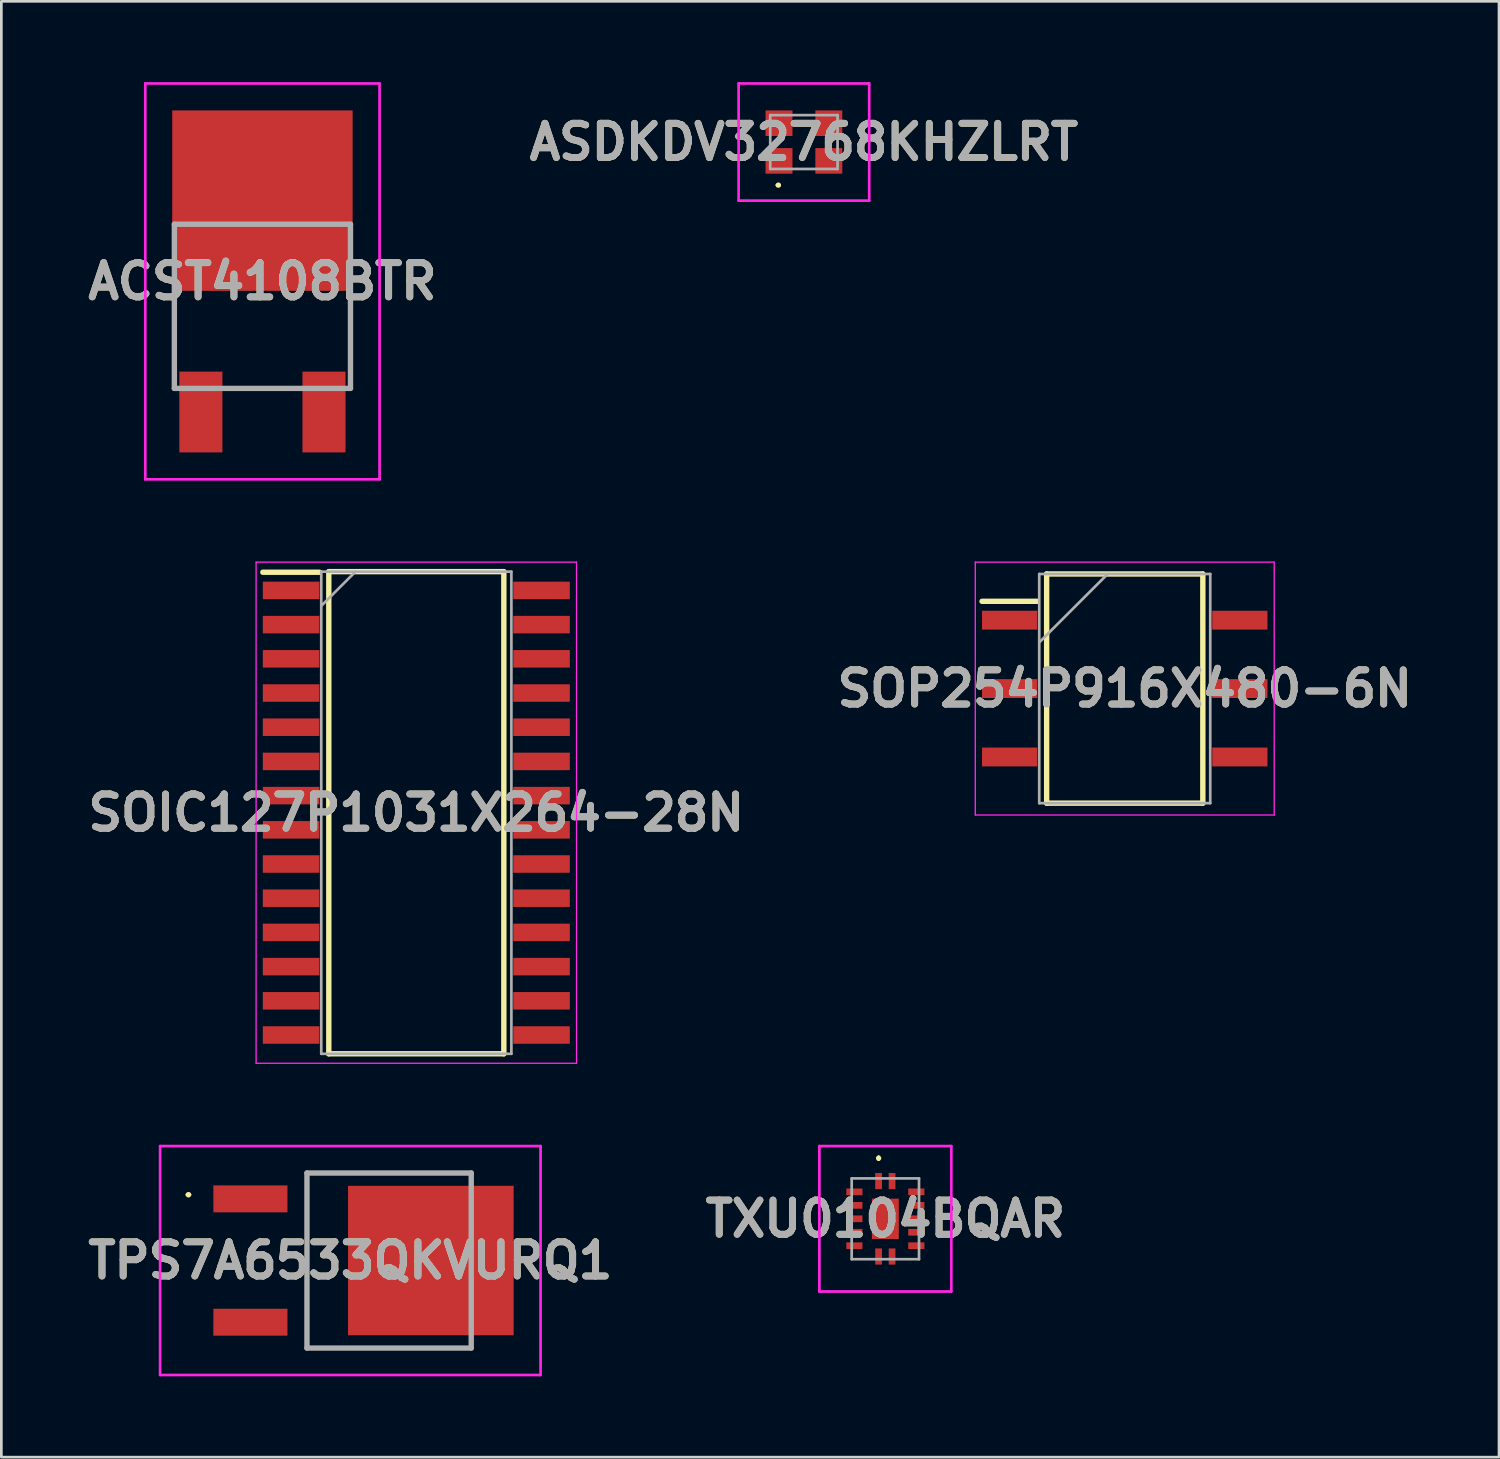
<source format=kicad_pcb>
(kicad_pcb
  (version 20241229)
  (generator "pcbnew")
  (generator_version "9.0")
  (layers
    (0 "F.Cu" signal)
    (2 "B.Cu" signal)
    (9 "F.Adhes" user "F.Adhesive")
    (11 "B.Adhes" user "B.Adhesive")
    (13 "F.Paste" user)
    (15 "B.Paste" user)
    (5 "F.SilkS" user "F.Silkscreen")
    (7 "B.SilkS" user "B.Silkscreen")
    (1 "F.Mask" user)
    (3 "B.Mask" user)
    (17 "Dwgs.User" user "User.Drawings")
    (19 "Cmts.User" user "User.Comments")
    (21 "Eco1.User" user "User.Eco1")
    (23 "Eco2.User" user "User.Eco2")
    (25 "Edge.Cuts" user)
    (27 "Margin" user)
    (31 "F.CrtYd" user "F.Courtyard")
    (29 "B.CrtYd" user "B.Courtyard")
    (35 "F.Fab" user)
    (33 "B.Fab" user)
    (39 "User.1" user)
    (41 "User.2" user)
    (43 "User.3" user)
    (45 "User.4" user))
  (footprint "TXU0104BQAR"
    (layer "F.Cu")
    (at 29.827 42.21)
    (property "Reference" "TXU0104BQAR" (at 0 0 0) (layer "F.SilkS") (effects (font (size 1.27 1.27) (thickness 0.254))))
    (attr smd)
    (fp_line (start -0.25 -2.3) (end -0.25 -2.3) (stroke (width 0.1) (type solid)) (layer "F.SilkS"))
    (fp_line (start -0.25 -2.2) (end -0.25 -2.2) (stroke (width 0.1) (type solid)) (layer "F.SilkS"))
    (fp_arc (start -0.25 -2.3) (mid -0.2 -2.25) (end -0.25 -2.2) (stroke (width 0.1) (type solid)) (layer "F.SilkS"))
    (fp_arc (start -0.25 -2.2) (mid -0.3 -2.25) (end -0.25 -2.3) (stroke (width 0.1) (type solid)) (layer "F.SilkS"))
    (fp_line (start -2.45 -2.7) (end 2.45 -2.7) (stroke (width 0.1) (type solid)) (layer "F.CrtYd"))
    (fp_line (start -2.45 2.7) (end -2.45 -2.7) (stroke (width 0.1) (type solid)) (layer "F.CrtYd"))
    (fp_line (start 2.45 -2.7) (end 2.45 2.7) (stroke (width 0.1) (type solid)) (layer "F.CrtYd"))
    (fp_line (start 2.45 2.7) (end -2.45 2.7) (stroke (width 0.1) (type solid)) (layer "F.CrtYd"))
    (fp_line (start -1.25 -1.5) (end 1.25 -1.5) (stroke (width 0.1) (type solid)) (layer "F.Fab"))
    (fp_line (start -1.25 1.5) (end -1.25 -1.5) (stroke (width 0.1) (type solid)) (layer "F.Fab"))
    (fp_line (start 1.25 -1.5) (end 1.25 1.5) (stroke (width 0.1) (type solid)) (layer "F.Fab"))
    (fp_line (start 1.25 1.5) (end -1.25 1.5) (stroke (width 0.1) (type solid)) (layer "F.Fab"))
    (fp_text user "${REFERENCE}" (at 0 0 0) (layer "F.Fab") (effects (font (size 1.27 1.27) (thickness 0.254))))
    (pad "1" smd rect (at -0.25 -1.4) (size 0.25 0.6) (layers "F.Cu" "F.Mask" "F.Paste"))
    (pad "2" smd rect (at -1.15 -1 90) (size 0.25 0.6) (layers "F.Cu" "F.Mask" "F.Paste"))
    (pad "3" smd rect (at -1.15 -0.5 90) (size 0.25 0.6) (layers "F.Cu" "F.Mask" "F.Paste"))
    (pad "4" smd rect (at -1.15 0 90) (size 0.25 0.6) (layers "F.Cu" "F.Mask" "F.Paste"))
    (pad "5" smd rect (at -1.15 0.5 90) (size 0.25 0.6) (layers "F.Cu" "F.Mask" "F.Paste"))
    (pad "6" smd rect (at -1.15 1 90) (size 0.25 0.6) (layers "F.Cu" "F.Mask" "F.Paste"))
    (pad "7" smd rect (at -0.25 1.4) (size 0.25 0.6) (layers "F.Cu" "F.Mask" "F.Paste"))
    (pad "8" smd rect (at 0.25 1.4) (size 0.25 0.6) (layers "F.Cu" "F.Mask" "F.Paste"))
    (pad "9" smd rect (at 1.15 1 90) (size 0.25 0.6) (layers "F.Cu" "F.Mask" "F.Paste"))
    (pad "10" smd rect (at 1.15 0.5 90) (size 0.25 0.6) (layers "F.Cu" "F.Mask" "F.Paste"))
    (pad "11" smd rect (at 1.15 0 90) (size 0.25 0.6) (layers "F.Cu" "F.Mask" "F.Paste"))
    (pad "12" smd rect (at 1.15 -0.5 90) (size 0.25 0.6) (layers "F.Cu" "F.Mask" "F.Paste"))
    (pad "13" smd rect (at 1.15 -1 90) (size 0.25 0.6) (layers "F.Cu" "F.Mask" "F.Paste"))
    (pad "14" smd rect (at 0.25 -1.4) (size 0.25 0.6) (layers "F.Cu" "F.Mask" "F.Paste"))
    (pad "15" smd rect (at 0 0) (size 1 1.5) (layers "F.Cu" "F.Mask" "F.Paste")))
  (footprint "TPS7A6533QKVURQ1"
    (layer "F.Cu")
    (at 6.249 43.76)
    (property "Reference" "TPS7A6533QKVURQ1" (at 3.711 0 0) (layer "F.SilkS") (effects (font (size 1.27 1.27) (thickness 0.254))))
    (attr smd)
    (fp_line (start -2.353 -2.444) (end -2.353 -2.444) (stroke (width 0.104) (type solid)) (layer "F.SilkS"))
    (fp_line (start -2.249 -2.444) (end -2.249 -2.444) (stroke (width 0.104) (type solid)) (layer "F.SilkS"))
    (fp_line (start 2.1 -3.25) (end 2.1 3.25) (stroke (width 0.1) (type solid)) (layer "F.SilkS"))
    (fp_line (start 2.1 3.25) (end 8.2 3.25) (stroke (width 0.1) (type solid)) (layer "F.SilkS"))
    (fp_line (start 8.2 -3.25) (end 2.1 -3.25) (stroke (width 0.1) (type solid)) (layer "F.SilkS"))
    (fp_arc (start -2.353 -2.444) (mid -2.301 -2.496) (end -2.249 -2.444) (stroke (width 0.104) (type solid)) (layer "F.SilkS"))
    (fp_arc (start -2.249 -2.444) (mid -2.301 -2.392) (end -2.353 -2.444) (stroke (width 0.104) (type solid)) (layer "F.SilkS"))
    (fp_line (start -3.353 -4.25) (end 10.775 -4.25) (stroke (width 0.1) (type solid)) (layer "F.CrtYd"))
    (fp_line (start -3.353 4.25) (end -3.353 -4.25) (stroke (width 0.1) (type solid)) (layer "F.CrtYd"))
    (fp_line (start 10.775 -4.25) (end 10.775 4.25) (stroke (width 0.1) (type solid)) (layer "F.CrtYd"))
    (fp_line (start 10.775 4.25) (end -3.353 4.25) (stroke (width 0.1) (type solid)) (layer "F.CrtYd"))
    (fp_line (start 2.1 -3.25) (end 8.2 -3.25) (stroke (width 0.2) (type solid)) (layer "F.Fab"))
    (fp_line (start 2.1 3.25) (end 2.1 -3.25) (stroke (width 0.2) (type solid)) (layer "F.Fab"))
    (fp_line (start 8.2 -3.25) (end 8.2 3.25) (stroke (width 0.2) (type solid)) (layer "F.Fab"))
    (fp_line (start 8.2 3.25) (end 2.1 3.25) (stroke (width 0.2) (type solid)) (layer "F.Fab"))
    (fp_text user "${REFERENCE}" (at 3.711 0 0) (layer "F.Fab") (effects (font (size 1.27 1.27) (thickness 0.254))))
    (pad "1" smd rect (at 0 -2.29 90) (size 1 2.75) (layers "F.Cu" "F.Mask" "F.Paste"))
    (pad "2" smd rect (at 6.7 0 90) (size 5.55 6.15) (layers "F.Cu" "F.Mask" "F.Paste"))
    (pad "3" smd rect (at 0 2.29 90) (size 1 2.75) (layers "F.Cu" "F.Mask" "F.Paste")))
  (footprint "SOIC127P1031X264-28N"
    (layer "F.Cu")
    (at 12.41 27.13)
    (property "Reference" "SOIC127P1031X264-28N" (at 0 0 0) (layer "F.SilkS") (effects (font (size 1.27 1.27) (thickness 0.254))))
    (attr smd)
    (fp_line (start -5.7 -8.93) (end -3.6 -8.93) (stroke (width 0.2) (type solid)) (layer "F.SilkS"))
    (fp_line (start -3.25 -8.952) (end 3.25 -8.952) (stroke (width 0.2) (type solid)) (layer "F.SilkS"))
    (fp_line (start -3.25 8.952) (end -3.25 -8.952) (stroke (width 0.2) (type solid)) (layer "F.SilkS"))
    (fp_line (start 3.25 -8.952) (end 3.25 8.952) (stroke (width 0.2) (type solid)) (layer "F.SilkS"))
    (fp_line (start 3.25 8.952) (end -3.25 8.952) (stroke (width 0.2) (type solid)) (layer "F.SilkS"))
    (fp_line (start -5.95 -9.305) (end 5.95 -9.305) (stroke (width 0.05) (type solid)) (layer "F.CrtYd"))
    (fp_line (start -5.95 9.305) (end -5.95 -9.305) (stroke (width 0.05) (type solid)) (layer "F.CrtYd"))
    (fp_line (start 5.95 -9.305) (end 5.95 9.305) (stroke (width 0.05) (type solid)) (layer "F.CrtYd"))
    (fp_line (start 5.95 9.305) (end -5.95 9.305) (stroke (width 0.05) (type solid)) (layer "F.CrtYd"))
    (fp_line (start -3.53 -8.952) (end 3.53 -8.952) (stroke (width 0.1) (type solid)) (layer "F.Fab"))
    (fp_line (start -3.53 -7.682) (end -2.26 -8.952) (stroke (width 0.1) (type solid)) (layer "F.Fab"))
    (fp_line (start -3.53 8.952) (end -3.53 -8.952) (stroke (width 0.1) (type solid)) (layer "F.Fab"))
    (fp_line (start 3.53 -8.952) (end 3.53 8.952) (stroke (width 0.1) (type solid)) (layer "F.Fab"))
    (fp_line (start 3.53 8.952) (end -3.53 8.952) (stroke (width 0.1) (type solid)) (layer "F.Fab"))
    (fp_text user "${REFERENCE}" (at 0 0 0) (layer "F.Fab") (effects (font (size 1.27 1.27) (thickness 0.254))))
    (pad "1" smd rect (at -4.65 -8.255 90) (size 0.65 2.1) (layers "F.Cu" "F.Mask" "F.Paste"))
    (pad "2" smd rect (at -4.65 -6.985 90) (size 0.65 2.1) (layers "F.Cu" "F.Mask" "F.Paste"))
    (pad "3" smd rect (at -4.65 -5.715 90) (size 0.65 2.1) (layers "F.Cu" "F.Mask" "F.Paste"))
    (pad "4" smd rect (at -4.65 -4.445 90) (size 0.65 2.1) (layers "F.Cu" "F.Mask" "F.Paste"))
    (pad "5" smd rect (at -4.65 -3.175 90) (size 0.65 2.1) (layers "F.Cu" "F.Mask" "F.Paste"))
    (pad "6" smd rect (at -4.65 -1.905 90) (size 0.65 2.1) (layers "F.Cu" "F.Mask" "F.Paste"))
    (pad "7" smd rect (at -4.65 -0.635 90) (size 0.65 2.1) (layers "F.Cu" "F.Mask" "F.Paste"))
    (pad "8" smd rect (at -4.65 0.635 90) (size 0.65 2.1) (layers "F.Cu" "F.Mask" "F.Paste"))
    (pad "9" smd rect (at -4.65 1.905 90) (size 0.65 2.1) (layers "F.Cu" "F.Mask" "F.Paste"))
    (pad "10" smd rect (at -4.65 3.175 90) (size 0.65 2.1) (layers "F.Cu" "F.Mask" "F.Paste"))
    (pad "11" smd rect (at -4.65 4.445 90) (size 0.65 2.1) (layers "F.Cu" "F.Mask" "F.Paste"))
    (pad "12" smd rect (at -4.65 5.715 90) (size 0.65 2.1) (layers "F.Cu" "F.Mask" "F.Paste"))
    (pad "13" smd rect (at -4.65 6.985 90) (size 0.65 2.1) (layers "F.Cu" "F.Mask" "F.Paste"))
    (pad "14" smd rect (at -4.65 8.255 90) (size 0.65 2.1) (layers "F.Cu" "F.Mask" "F.Paste"))
    (pad "15" smd rect (at 4.65 8.255 90) (size 0.65 2.1) (layers "F.Cu" "F.Mask" "F.Paste"))
    (pad "16" smd rect (at 4.65 6.985 90) (size 0.65 2.1) (layers "F.Cu" "F.Mask" "F.Paste"))
    (pad "17" smd rect (at 4.65 5.715 90) (size 0.65 2.1) (layers "F.Cu" "F.Mask" "F.Paste"))
    (pad "18" smd rect (at 4.65 4.445 90) (size 0.65 2.1) (layers "F.Cu" "F.Mask" "F.Paste"))
    (pad "19" smd rect (at 4.65 3.175 90) (size 0.65 2.1) (layers "F.Cu" "F.Mask" "F.Paste"))
    (pad "20" smd rect (at 4.65 1.905 90) (size 0.65 2.1) (layers "F.Cu" "F.Mask" "F.Paste"))
    (pad "21" smd rect (at 4.65 0.635 90) (size 0.65 2.1) (layers "F.Cu" "F.Mask" "F.Paste"))
    (pad "22" smd rect (at 4.65 -0.635 90) (size 0.65 2.1) (layers "F.Cu" "F.Mask" "F.Paste"))
    (pad "23" smd rect (at 4.65 -1.905 90) (size 0.65 2.1) (layers "F.Cu" "F.Mask" "F.Paste"))
    (pad "24" smd rect (at 4.65 -3.175 90) (size 0.65 2.1) (layers "F.Cu" "F.Mask" "F.Paste"))
    (pad "25" smd rect (at 4.65 -4.445 90) (size 0.65 2.1) (layers "F.Cu" "F.Mask" "F.Paste"))
    (pad "26" smd rect (at 4.65 -5.715 90) (size 0.65 2.1) (layers "F.Cu" "F.Mask" "F.Paste"))
    (pad "27" smd rect (at 4.65 -6.985 90) (size 0.65 2.1) (layers "F.Cu" "F.Mask" "F.Paste"))
    (pad "28" smd rect (at 4.65 -8.255 90) (size 0.65 2.1) (layers "F.Cu" "F.Mask" "F.Paste")))
  (footprint "ACST4108BTR"
    (layer "F.Cu")
    (at 6.695 8.325)
    (property "Reference" "ACST4108BTR" (at 0 -0.925 0) (layer "F.SilkS") (effects (font (size 1.27 1.27) (thickness 0.254))))
    (attr smd)
    (fp_line (start -3.27 -0.2) (end -3.27 2.2) (stroke (width 0.1) (type solid)) (layer "F.SilkS"))
    (fp_line (start 1.2 3.048) (end -1.2 3.048) (stroke (width 0.1) (type solid)) (layer "F.SilkS"))
    (fp_line (start 3.27 -0.2) (end 3.27 2.2) (stroke (width 0.1) (type solid)) (layer "F.SilkS"))
    (fp_line (start -4.35 -8.275) (end 4.35 -8.275) (stroke (width 0.1) (type solid)) (layer "F.CrtYd"))
    (fp_line (start -4.35 6.425) (end -4.35 -8.275) (stroke (width 0.1) (type solid)) (layer "F.CrtYd"))
    (fp_line (start 4.35 -8.275) (end 4.35 6.425) (stroke (width 0.1) (type solid)) (layer "F.CrtYd"))
    (fp_line (start 4.35 6.425) (end -4.35 6.425) (stroke (width 0.1) (type solid)) (layer "F.CrtYd"))
    (fp_line (start -3.27 -3.048) (end 3.27 -3.048) (stroke (width 0.2) (type solid)) (layer "F.Fab"))
    (fp_line (start -3.27 3.048) (end -3.27 -3.048) (stroke (width 0.2) (type solid)) (layer "F.Fab"))
    (fp_line (start 3.27 -3.048) (end 3.27 3.048) (stroke (width 0.2) (type solid)) (layer "F.Fab"))
    (fp_line (start 3.27 3.048) (end -3.27 3.048) (stroke (width 0.2) (type solid)) (layer "F.Fab"))
    (fp_text user "${REFERENCE}" (at 0 -0.925 0) (layer "F.Fab") (effects (font (size 1.27 1.27) (thickness 0.254))))
    (pad "1" smd rect (at -2.286 3.925) (size 1.6 3) (layers "F.Cu" "F.Mask" "F.Paste"))
    (pad "2" smd rect (at 0 -3.925) (size 6.7 6.7) (layers "F.Cu" "F.Mask" "F.Paste"))
    (pad "3" smd rect (at 2.286 3.925) (size 1.6 3) (layers "F.Cu" "F.Mask" "F.Paste")))
  (footprint "ASDKDV32768KHZLRT"
    (layer "F.Cu")
    (at 26.803 2.225)
    (property "Reference" "ASDKDV32768KHZLRT" (at 0 0 0) (layer "F.SilkS") (effects (font (size 1.27 1.27) (thickness 0.254))))
    (attr smd)
    (fp_line (start -1 1.6) (end -1 1.6) (stroke (width 0.1) (type solid)) (layer "F.SilkS"))
    (fp_line (start -0.9 1.6) (end -0.9 1.6) (stroke (width 0.1) (type solid)) (layer "F.SilkS"))
    (fp_arc (start -1 1.6) (mid -0.95 1.55) (end -0.9 1.6) (stroke (width 0.1) (type solid)) (layer "F.SilkS"))
    (fp_arc (start -0.9 1.6) (mid -0.95 1.65) (end -1 1.6) (stroke (width 0.1) (type solid)) (layer "F.SilkS"))
    (fp_line (start -2.425 -2.175) (end 2.425 -2.175) (stroke (width 0.1) (type solid)) (layer "F.CrtYd"))
    (fp_line (start -2.425 2.175) (end -2.425 -2.175) (stroke (width 0.1) (type solid)) (layer "F.CrtYd"))
    (fp_line (start 2.425 -2.175) (end 2.425 2.175) (stroke (width 0.1) (type solid)) (layer "F.CrtYd"))
    (fp_line (start 2.425 2.175) (end -2.425 2.175) (stroke (width 0.1) (type solid)) (layer "F.CrtYd"))
    (fp_line (start -1.25 -1) (end 1.25 -1) (stroke (width 0.1) (type solid)) (layer "F.Fab"))
    (fp_line (start -1.25 1) (end -1.25 -1) (stroke (width 0.1) (type solid)) (layer "F.Fab"))
    (fp_line (start 1.25 -1) (end 1.25 1) (stroke (width 0.1) (type solid)) (layer "F.Fab"))
    (fp_line (start 1.25 1) (end -1.25 1) (stroke (width 0.1) (type solid)) (layer "F.Fab"))
    (fp_text user "${REFERENCE}" (at 0 0 0) (layer "F.Fab") (effects (font (size 1.27 1.27) (thickness 0.254))))
    (pad "1" smd rect (at -0.925 0.7 90) (size 0.95 1) (layers "F.Cu" "F.Mask" "F.Paste"))
    (pad "2" smd rect (at 0.925 0.7 90) (size 0.95 1) (layers "F.Cu" "F.Mask" "F.Paste"))
    (pad "3" smd rect (at 0.925 -0.7 90) (size 0.95 1) (layers "F.Cu" "F.Mask" "F.Paste"))
    (pad "4" smd rect (at -0.925 -0.7 90) (size 0.95 1) (layers "F.Cu" "F.Mask" "F.Paste")))
  (footprint "SOP254P916X480-6N"
    (layer "F.Cu")
    (at 38.717 22.52)
    (property "Reference" "SOP254P916X480-6N" (at 0 0 0) (layer "F.SilkS") (effects (font (size 1.27 1.27) (thickness 0.254))))
    (attr smd)
    (fp_line (start -5.3 -3.24) (end -3.25 -3.24) (stroke (width 0.2) (type solid)) (layer "F.SilkS"))
    (fp_line (start -2.9 -4.255) (end 2.9 -4.255) (stroke (width 0.2) (type solid)) (layer "F.SilkS"))
    (fp_line (start -2.9 4.255) (end -2.9 -4.255) (stroke (width 0.2) (type solid)) (layer "F.SilkS"))
    (fp_line (start 2.9 -4.255) (end 2.9 4.255) (stroke (width 0.2) (type solid)) (layer "F.SilkS"))
    (fp_line (start 2.9 4.255) (end -2.9 4.255) (stroke (width 0.2) (type solid)) (layer "F.SilkS"))
    (fp_line (start -5.55 -4.695) (end 5.55 -4.695) (stroke (width 0.05) (type solid)) (layer "F.CrtYd"))
    (fp_line (start -5.55 4.695) (end -5.55 -4.695) (stroke (width 0.05) (type solid)) (layer "F.CrtYd"))
    (fp_line (start 5.55 -4.695) (end 5.55 4.695) (stroke (width 0.05) (type solid)) (layer "F.CrtYd"))
    (fp_line (start 5.55 4.695) (end -5.55 4.695) (stroke (width 0.05) (type solid)) (layer "F.CrtYd"))
    (fp_line (start -3.175 -4.255) (end 3.175 -4.255) (stroke (width 0.1) (type solid)) (layer "F.Fab"))
    (fp_line (start -3.175 -1.715) (end -0.635 -4.255) (stroke (width 0.1) (type solid)) (layer "F.Fab"))
    (fp_line (start -3.175 4.255) (end -3.175 -4.255) (stroke (width 0.1) (type solid)) (layer "F.Fab"))
    (fp_line (start 3.175 -4.255) (end 3.175 4.255) (stroke (width 0.1) (type solid)) (layer "F.Fab"))
    (fp_line (start 3.175 4.255) (end -3.175 4.255) (stroke (width 0.1) (type solid)) (layer "F.Fab"))
    (fp_text user "${REFERENCE}" (at 0 0 0) (layer "F.Fab") (effects (font (size 1.27 1.27) (thickness 0.254))))
    (pad "1" smd rect (at -4.275 -2.54 90) (size 0.7 2.05) (layers "F.Cu" "F.Mask" "F.Paste"))
    (pad "2" smd rect (at -4.275 0 90) (size 0.7 2.05) (layers "F.Cu" "F.Mask" "F.Paste"))
    (pad "3" smd rect (at -4.275 2.54 90) (size 0.7 2.05) (layers "F.Cu" "F.Mask" "F.Paste"))
    (pad "4" smd rect (at 4.275 2.54 90) (size 0.7 2.05) (layers "F.Cu" "F.Mask" "F.Paste"))
    (pad "5" smd rect (at 4.275 0 90) (size 0.7 2.05) (layers "F.Cu" "F.Mask" "F.Paste"))
    (pad "6" smd rect (at 4.275 -2.54 90) (size 0.7 2.05) (layers "F.Cu" "F.Mask" "F.Paste")))
  (gr_rect
    (start -3 -3)
    (end 52.615 51.06)
    (stroke (width 0.1) (type default))
    (fill no)
    (layer "Edge.Cuts")))
</source>
